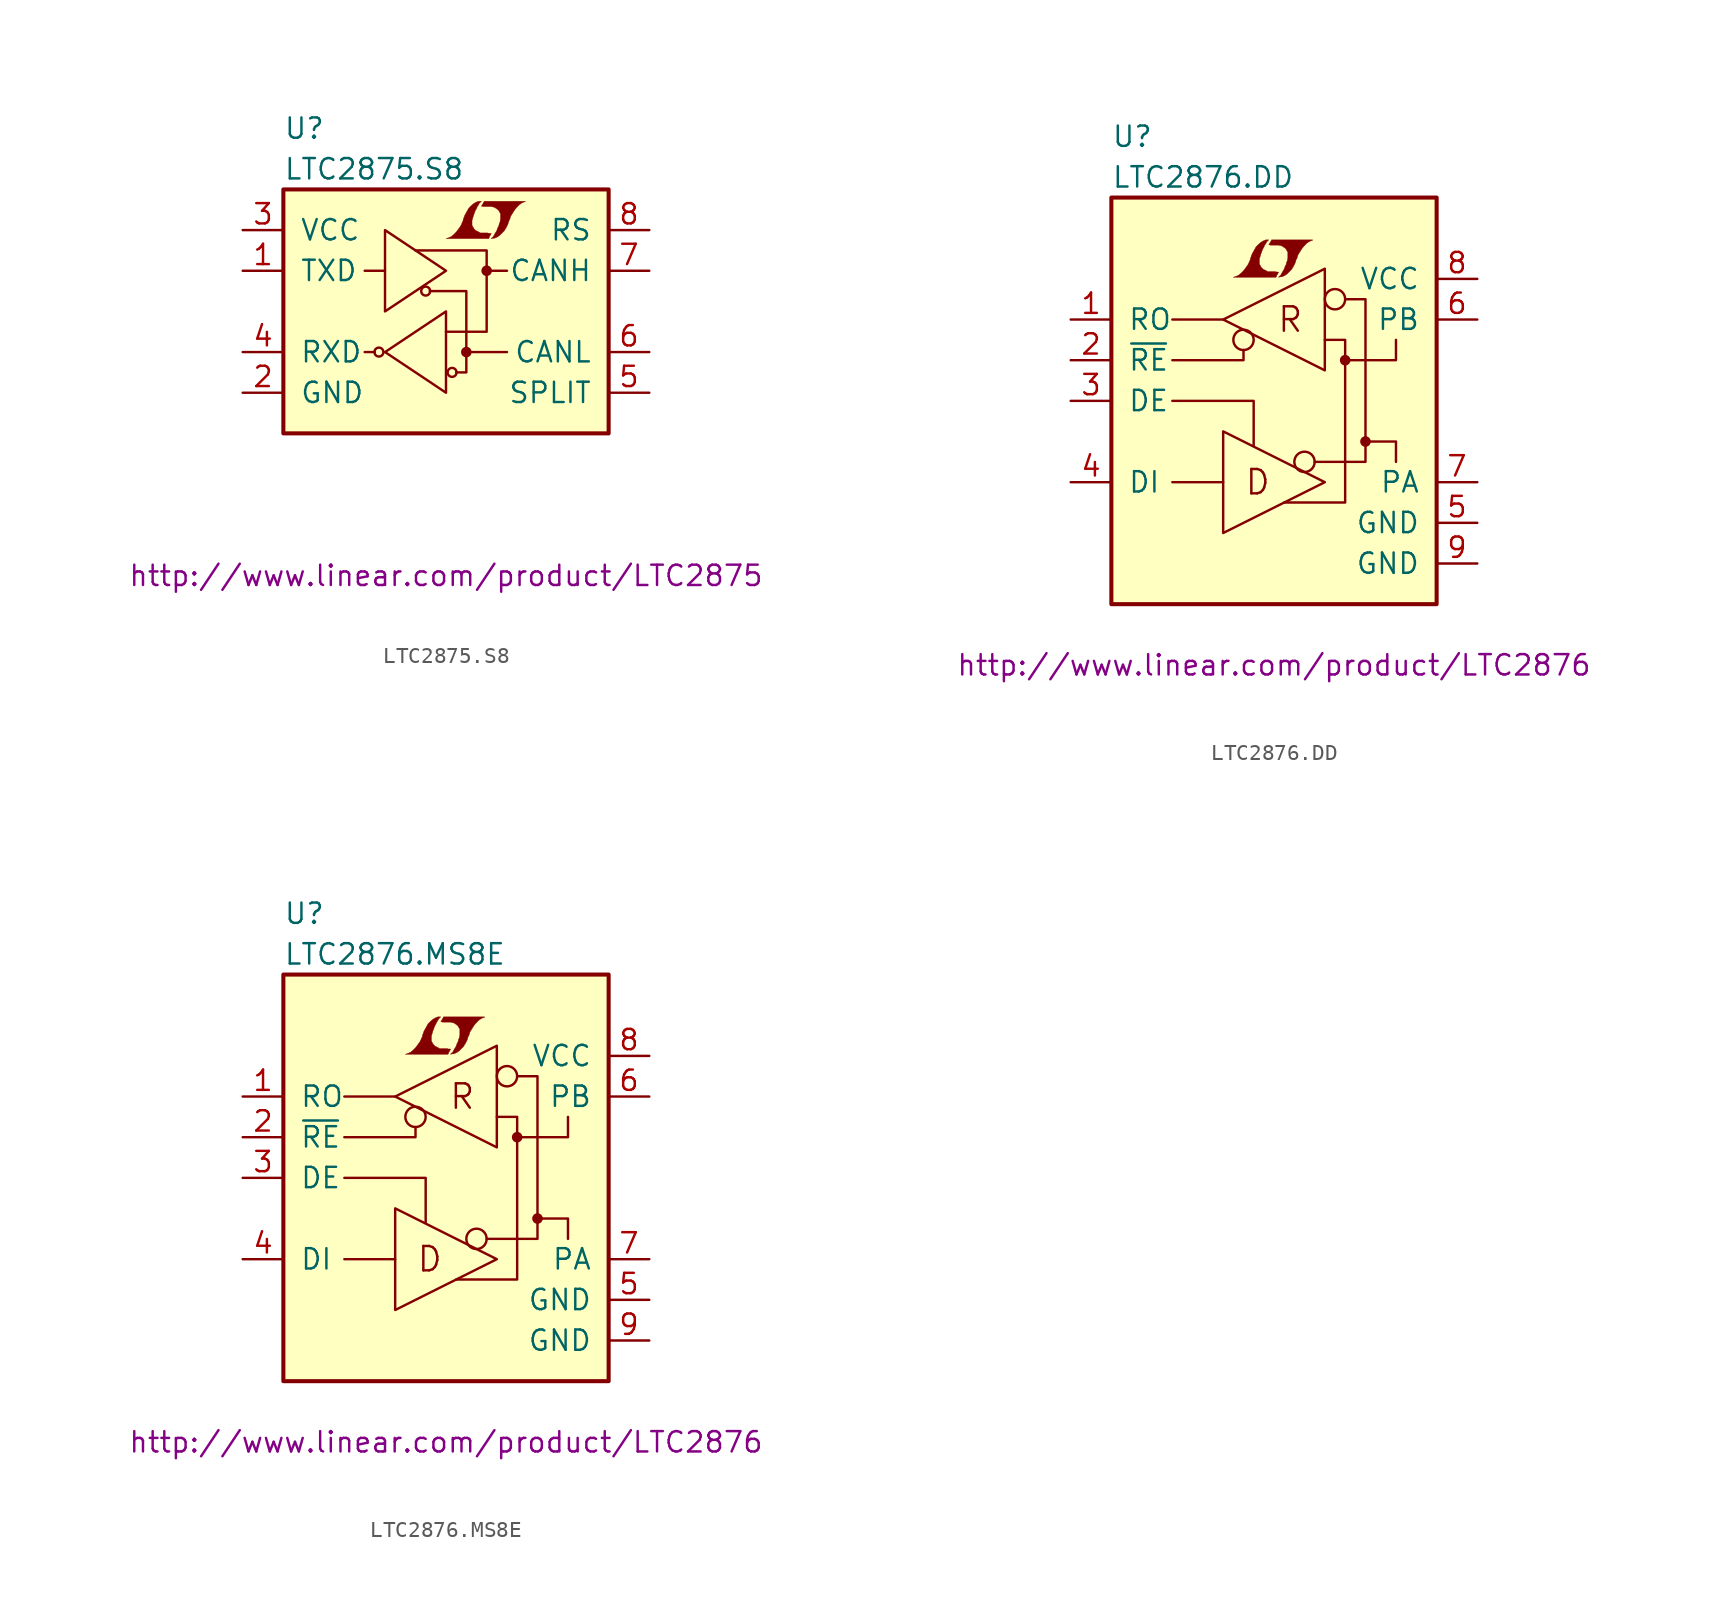
<source format=kicad_sym>
(kicad_symbol_lib
  (version 20201005)
  (generator kicad_symbol_editor)
  (symbol "LTC2875.S8"
    (pin_names
      (offset 1.016))
    (property "Reference" "U"
      (at -10.16 11.43 0)
      (effects (font (size 1.27 1.27)) (justify left)))
    (property "Value" "LTC2875.S8"
      (at -10.16 8.89 0)
      (effects (font (size 1.27 1.27)) (justify left)))
    (property "Datasheet" "http://www.linear.com/product/LTC2875"
      (at 0 -16.51 0)
      (effects (font (size 1.27 1.27))))
    (symbol "LTC2875.S8_0_0"
      (polyline (pts (xy 2.743 4.724) (xy 2.769 4.75) (xy 2.819 4.851) (xy 2.819 4.877) (xy 2.692 4.877) (xy 2.591 4.902) (xy 2.134 4.902) (xy 2.108 4.928) (xy 1.854 5.055) (xy 1.753 5.156) (xy 1.676 5.283) (xy 1.626 5.385) (xy 1.626 5.69) (xy 1.676 5.842) (xy 1.702 5.944) (xy 1.727 6.02) (xy 1.778 6.147) (xy 1.829 6.299) (xy 1.905 6.426) (xy 1.956 6.553) (xy 2.032 6.655) (xy 2.083 6.756) (xy 2.21 6.883) (xy 2.032 6.883) (xy 1.905 6.833) (xy 1.803 6.782) (xy 1.727 6.731) (xy 1.6 6.629) (xy 1.422 6.452) (xy 1.168 5.994) (xy 1.067 5.715) (xy 1.067 5.664) (xy 1.016 5.563) (xy 0.965 5.436) (xy 0.914 5.334) (xy 0.787 5.156) (xy 0.635 4.953) (xy 0.483 4.801) (xy 0.33 4.674) (xy 0.152 4.597) (xy 0 4.547) (xy 2.667 4.547) (xy 2.743 4.724)) (stroke (width 0.025)) (fill (type outline)))
      (polyline (pts (xy 2.946 4.572) (xy 3.023 4.572) (xy 3.2 4.648) (xy 3.353 4.75) (xy 3.632 5.029) (xy 3.759 5.232) (xy 3.861 5.436) (xy 3.937 5.69) (xy 3.962 5.69) (xy 4.039 5.944) (xy 4.293 6.35) (xy 4.445 6.528) (xy 4.597 6.68) (xy 4.75 6.782) (xy 4.928 6.858) (xy 4.953 6.858) (xy 4.953 6.883) (xy 2.388 6.883) (xy 2.311 6.731) (xy 2.286 6.706) (xy 2.235 6.604) (xy 2.21 6.579) (xy 2.261 6.579) (xy 2.311 6.553) (xy 2.845 6.553) (xy 2.896 6.528) (xy 2.946 6.528) (xy 3.023 6.502) (xy 3.15 6.426) (xy 3.277 6.325) (xy 3.353 6.198) (xy 3.378 6.147) (xy 3.404 6.121) (xy 3.404 5.715) (xy 3.378 5.664) (xy 3.378 5.588) (xy 3.327 5.486) (xy 3.302 5.359) (xy 3.226 5.207) (xy 3.175 5.055) (xy 3.023 4.801) (xy 2.972 4.699) (xy 2.819 4.547) (xy 2.946 4.572)) (stroke (width 0.025)) (fill (type outline))))
    (symbol "LTC2875.S8_0_1"
      (circle (center -4.191 -2.54) (radius 0.279) (stroke (width 0)) (fill (type none)))
      (circle (center -1.27 1.27) (radius 0.279) (stroke (width 0)) (fill (type none)))
      (circle (center 0.381 -3.81) (radius 0.279) (stroke (width 0)) (fill (type none)))
      (circle (center 1.27 -2.54) (radius 0.254) (stroke (width 0)) (fill (type outline)))
      (circle (center 2.54 2.54) (radius 0.254) (stroke (width 0)) (fill (type outline)))
      (rectangle (start -10.16 7.62) (end 10.16 -7.62) (stroke (width 0.254)) (fill (type background)))
      (polyline (pts (xy -5.08 -2.54) (xy -4.445 -2.54)) (stroke (width 0)) (fill (type none)))
      (polyline (pts (xy -5.08 2.54) (xy -3.81 2.54)) (stroke (width 0)) (fill (type none)))
      (polyline (pts (xy 3.81 -2.54) (xy 1.27 -2.54)) (stroke (width 0)) (fill (type none)))
      (polyline (pts (xy 3.81 2.54) (xy 2.54 2.54)) (stroke (width 0)) (fill (type none)))
      (polyline (pts (xy -3.81 -2.54) (xy 0 -5.08) (xy 0 0) (xy -3.81 -2.54)) (stroke (width 0)) (fill (type none)))
      (polyline (pts (xy -3.81 5.08) (xy -3.81 0) (xy 0 2.54) (xy -3.81 5.08)) (stroke (width 0)) (fill (type none)))
      (polyline (pts (xy -1.905 3.81) (xy 2.54 3.81) (xy 2.54 -1.27) (xy 0 -1.27)) (stroke (width 0)) (fill (type none)))
      (polyline (pts (xy -1.016 1.27) (xy 1.27 1.27) (xy 1.27 -3.81) (xy 0.635 -3.81)) (stroke (width 0)) (fill (type none))))
    (symbol "LTC2875.S8_1_1"
      (pin input line (at -12.7 2.54 0) (length 2.54) (name "TXD" (effects (font (size 1.27 1.27)))) (number "1" (effects (font (size 1.27 1.27)))))
      (pin power_in line (at -12.7 -5.08 0) (length 2.54) (name "GND" (effects (font (size 1.27 1.27)))) (number "2" (effects (font (size 1.27 1.27)))))
      (pin power_in line (at -12.7 5.08 0) (length 2.54) (name "VCC" (effects (font (size 1.27 1.27)))) (number "3" (effects (font (size 1.27 1.27)))))
      (pin output line (at -12.7 -2.54 0) (length 2.54) (name "RXD" (effects (font (size 1.27 1.27)))) (number "4" (effects (font (size 1.27 1.27)))))
      (pin power_in line (at 12.7 -5.08 180) (length 2.54) (name "SPLIT" (effects (font (size 1.27 1.27)))) (number "5" (effects (font (size 1.27 1.27)))))
      (pin bidirectional line (at 12.7 -2.54 180) (length 2.54) (name "CANL" (effects (font (size 1.27 1.27)))) (number "6" (effects (font (size 1.27 1.27)))))
      (pin bidirectional line (at 12.7 2.54 180) (length 2.54) (name "CANH" (effects (font (size 1.27 1.27)))) (number "7" (effects (font (size 1.27 1.27)))))
      (pin input line (at 12.7 5.08 180) (length 2.54) (name "RS" (effects (font (size 1.27 1.27)))) (number "8" (effects (font (size 1.27 1.27)))))))
  (symbol "LTC2876.DD"
    (pin_names
      (offset 1.016))
    (property "Reference" "U"
      (at -10.16 16.51 0)
      (effects (font (size 1.27 1.27)) (justify left)))
    (property "Value" "LTC2876.DD"
      (at -10.16 13.97 0)
      (effects (font (size 1.27 1.27)) (justify left)))
    (property "Datasheet" "http://www.linear.com/product/LTC2876"
      (at 0 -16.51 0)
      (effects (font (size 1.27 1.27))))
    (symbol "LTC2876.DD_0_0"
      (text "D" (at -1.016 -5.08 0) (effects (font (size 1.524 1.524))))
      (text "R" (at 1.016 5.08 0) (effects (font (size 1.524 1.524))))
      (polyline (pts (xy 0.203 7.899) (xy 0.229 7.925) (xy 0.279 8.026) (xy 0.279 8.052) (xy 0.152 8.052) (xy 0.051 8.077) (xy -0.406 8.077) (xy -0.432 8.103) (xy -0.686 8.23) (xy -0.787 8.331) (xy -0.864 8.458) (xy -0.914 8.56) (xy -0.914 8.865) (xy -0.864 9.017) (xy -0.838 9.119) (xy -0.813 9.195) (xy -0.762 9.322) (xy -0.711 9.474) (xy -0.635 9.601) (xy -0.584 9.728) (xy -0.508 9.83) (xy -0.457 9.931) (xy -0.33 10.058) (xy -0.508 10.058) (xy -0.635 10.008) (xy -0.737 9.957) (xy -0.813 9.906) (xy -0.94 9.804) (xy -1.118 9.627) (xy -1.372 9.169) (xy -1.473 8.89) (xy -1.473 8.839) (xy -1.524 8.738) (xy -1.575 8.611) (xy -1.626 8.509) (xy -1.753 8.331) (xy -1.905 8.128) (xy -2.057 7.976) (xy -2.21 7.849) (xy -2.388 7.772) (xy -2.54 7.722) (xy 0.127 7.722) (xy 0.203 7.899)) (stroke (width 0.025)) (fill (type outline)))
      (polyline (pts (xy 0.406 7.747) (xy 0.483 7.747) (xy 0.66 7.823) (xy 0.813 7.925) (xy 1.092 8.204) (xy 1.219 8.407) (xy 1.321 8.611) (xy 1.397 8.865) (xy 1.422 8.865) (xy 1.499 9.119) (xy 1.753 9.525) (xy 1.905 9.703) (xy 2.057 9.855) (xy 2.21 9.957) (xy 2.388 10.033) (xy 2.413 10.033) (xy 2.413 10.058) (xy -0.152 10.058) (xy -0.229 9.906) (xy -0.254 9.881) (xy -0.305 9.779) (xy -0.33 9.754) (xy -0.279 9.754) (xy -0.229 9.728) (xy 0.305 9.728) (xy 0.356 9.703) (xy 0.406 9.703) (xy 0.483 9.677) (xy 0.61 9.601) (xy 0.737 9.5) (xy 0.813 9.373) (xy 0.838 9.322) (xy 0.864 9.296) (xy 0.864 8.89) (xy 0.838 8.839) (xy 0.838 8.763) (xy 0.787 8.661) (xy 0.762 8.534) (xy 0.686 8.382) (xy 0.635 8.23) (xy 0.483 7.976) (xy 0.432 7.874) (xy 0.279 7.722) (xy 0.406 7.747)) (stroke (width 0.025)) (fill (type outline))))
    (symbol "LTC2876.DD_0_1"
      (circle (center -1.905 3.81) (radius 0.635) (stroke (width 0)) (fill (type none)))
      (circle (center 1.905 -3.81) (radius 0.635) (stroke (width 0)) (fill (type none)))
      (circle (center 3.81 6.35) (radius 0.635) (stroke (width 0)) (fill (type none)))
      (circle (center 4.445 2.54) (radius 0.254) (stroke (width 0)) (fill (type outline)))
      (circle (center 5.715 -2.54) (radius 0.254) (stroke (width 0)) (fill (type outline)))
      (rectangle (start -10.16 12.7) (end 10.16 -12.7) (stroke (width 0.254)) (fill (type background)))
      (polyline (pts (xy -3.175 -5.08) (xy -6.35 -5.08)) (stroke (width 0)) (fill (type none)))
      (polyline (pts (xy -3.175 5.08) (xy -6.35 5.08)) (stroke (width 0)) (fill (type none)))
      (polyline (pts (xy -6.35 0) (xy -1.27 0) (xy -1.27 -2.794)) (stroke (width 0)) (fill (type none)))
      (polyline (pts (xy -1.905 3.175) (xy -1.905 2.54) (xy -6.35 2.54)) (stroke (width 0)) (fill (type none)))
      (polyline (pts (xy 4.445 2.54) (xy 7.62 2.54) (xy 7.62 3.81)) (stroke (width 0)) (fill (type none)))
      (polyline (pts (xy 5.715 -2.54) (xy 7.62 -2.54) (xy 7.62 -3.81)) (stroke (width 0)) (fill (type none)))
      (polyline (pts (xy -3.175 -1.905) (xy -3.175 -8.255) (xy 3.175 -5.08) (xy -3.175 -1.905)) (stroke (width 0)) (fill (type none)))
      (polyline (pts (xy -3.175 5.08) (xy 3.175 1.905) (xy 3.175 8.255) (xy -3.175 5.08)) (stroke (width 0)) (fill (type none)))
      (polyline (pts (xy 0.635 -6.35) (xy 4.445 -6.35) (xy 4.445 3.81) (xy 3.175 3.81)) (stroke (width 0)) (fill (type none)))
      (polyline (pts (xy 4.445 6.35) (xy 5.715 6.35) (xy 5.715 -1.27) (xy 5.715 -3.81) (xy 2.54 -3.81)) (stroke (width 0)) (fill (type none))))
    (symbol "LTC2876.DD_1_1"
      (pin tri_state line (at -12.7 5.08 0) (length 2.54) (name "RO" (effects (font (size 1.27 1.27)))) (number "1" (effects (font (size 1.27 1.27)))))
      (pin input line (at -12.7 2.54 0) (length 2.54) (name "~RE~" (effects (font (size 1.27 1.27)))) (number "2" (effects (font (size 1.27 1.27)))))
      (pin input line (at -12.7 0 0) (length 2.54) (name "DE" (effects (font (size 1.27 1.27)))) (number "3" (effects (font (size 1.27 1.27)))))
      (pin passive line (at -12.7 -5.08 0) (length 2.54) (name "DI" (effects (font (size 1.27 1.27)))) (number "4" (effects (font (size 1.27 1.27)))))
      (pin power_in line (at 12.7 -7.62 180) (length 2.54) (name "GND" (effects (font (size 1.27 1.27)))) (number "5" (effects (font (size 1.27 1.27)))))
      (pin passive line (at 12.7 5.08 180) (length 2.54) (name "PB" (effects (font (size 1.27 1.27)))) (number "6" (effects (font (size 1.27 1.27)))))
      (pin passive line (at 12.7 -5.08 180) (length 2.54) (name "PA" (effects (font (size 1.27 1.27)))) (number "7" (effects (font (size 1.27 1.27)))))
      (pin power_in line (at 12.7 7.62 180) (length 2.54) (name "VCC" (effects (font (size 1.27 1.27)))) (number "8" (effects (font (size 1.27 1.27)))))
      (pin power_in line (at 12.7 -10.16 180) (length 2.54) (name "GND" (effects (font (size 1.27 1.27)))) (number "9" (effects (font (size 1.27 1.27)))))))
  (symbol "LTC2876.MS8E"
    (pin_names
      (offset 1.016))
    (property "Reference" "U"
      (at -10.16 16.51 0)
      (effects (font (size 1.27 1.27)) (justify left)))
    (property "Value" "LTC2876.MS8E"
      (at -10.16 13.97 0)
      (effects (font (size 1.27 1.27)) (justify left)))
    (property "Datasheet" "http://www.linear.com/product/LTC2876"
      (at 0 -16.51 0)
      (effects (font (size 1.27 1.27))))
    (symbol "LTC2876.MS8E_0_0"
      (text "D" (at -1.016 -5.08 0) (effects (font (size 1.524 1.524))))
      (text "R" (at 1.016 5.08 0) (effects (font (size 1.524 1.524))))
      (polyline (pts (xy 0.203 7.899) (xy 0.229 7.925) (xy 0.279 8.026) (xy 0.279 8.052) (xy 0.152 8.052) (xy 0.051 8.077) (xy -0.406 8.077) (xy -0.432 8.103) (xy -0.686 8.23) (xy -0.787 8.331) (xy -0.864 8.458) (xy -0.914 8.56) (xy -0.914 8.865) (xy -0.864 9.017) (xy -0.838 9.119) (xy -0.813 9.195) (xy -0.762 9.322) (xy -0.711 9.474) (xy -0.635 9.601) (xy -0.584 9.728) (xy -0.508 9.83) (xy -0.457 9.931) (xy -0.33 10.058) (xy -0.508 10.058) (xy -0.635 10.008) (xy -0.737 9.957) (xy -0.813 9.906) (xy -0.94 9.804) (xy -1.118 9.627) (xy -1.372 9.169) (xy -1.473 8.89) (xy -1.473 8.839) (xy -1.524 8.738) (xy -1.575 8.611) (xy -1.626 8.509) (xy -1.753 8.331) (xy -1.905 8.128) (xy -2.057 7.976) (xy -2.21 7.849) (xy -2.388 7.772) (xy -2.54 7.722) (xy 0.127 7.722) (xy 0.203 7.899)) (stroke (width 0.025)) (fill (type outline)))
      (polyline (pts (xy 0.406 7.747) (xy 0.483 7.747) (xy 0.66 7.823) (xy 0.813 7.925) (xy 1.092 8.204) (xy 1.219 8.407) (xy 1.321 8.611) (xy 1.397 8.865) (xy 1.422 8.865) (xy 1.499 9.119) (xy 1.753 9.525) (xy 1.905 9.703) (xy 2.057 9.855) (xy 2.21 9.957) (xy 2.388 10.033) (xy 2.413 10.033) (xy 2.413 10.058) (xy -0.152 10.058) (xy -0.229 9.906) (xy -0.254 9.881) (xy -0.305 9.779) (xy -0.33 9.754) (xy -0.279 9.754) (xy -0.229 9.728) (xy 0.305 9.728) (xy 0.356 9.703) (xy 0.406 9.703) (xy 0.483 9.677) (xy 0.61 9.601) (xy 0.737 9.5) (xy 0.813 9.373) (xy 0.838 9.322) (xy 0.864 9.296) (xy 0.864 8.89) (xy 0.838 8.839) (xy 0.838 8.763) (xy 0.787 8.661) (xy 0.762 8.534) (xy 0.686 8.382) (xy 0.635 8.23) (xy 0.483 7.976) (xy 0.432 7.874) (xy 0.279 7.722) (xy 0.406 7.747)) (stroke (width 0.025)) (fill (type outline))))
    (symbol "LTC2876.MS8E_0_1"
      (circle (center -1.905 3.81) (radius 0.635) (stroke (width 0)) (fill (type none)))
      (circle (center 1.905 -3.81) (radius 0.635) (stroke (width 0)) (fill (type none)))
      (circle (center 3.81 6.35) (radius 0.635) (stroke (width 0)) (fill (type none)))
      (circle (center 4.445 2.54) (radius 0.254) (stroke (width 0)) (fill (type outline)))
      (circle (center 5.715 -2.54) (radius 0.254) (stroke (width 0)) (fill (type outline)))
      (rectangle (start -10.16 12.7) (end 10.16 -12.7) (stroke (width 0.254)) (fill (type background)))
      (polyline (pts (xy -3.175 -5.08) (xy -6.35 -5.08)) (stroke (width 0)) (fill (type none)))
      (polyline (pts (xy -3.175 5.08) (xy -6.35 5.08)) (stroke (width 0)) (fill (type none)))
      (polyline (pts (xy -6.35 0) (xy -1.27 0) (xy -1.27 -2.794)) (stroke (width 0)) (fill (type none)))
      (polyline (pts (xy -1.905 3.175) (xy -1.905 2.54) (xy -6.35 2.54)) (stroke (width 0)) (fill (type none)))
      (polyline (pts (xy 4.445 2.54) (xy 7.62 2.54) (xy 7.62 3.81)) (stroke (width 0)) (fill (type none)))
      (polyline (pts (xy 5.715 -2.54) (xy 7.62 -2.54) (xy 7.62 -3.81)) (stroke (width 0)) (fill (type none)))
      (polyline (pts (xy -3.175 -1.905) (xy -3.175 -8.255) (xy 3.175 -5.08) (xy -3.175 -1.905)) (stroke (width 0)) (fill (type none)))
      (polyline (pts (xy -3.175 5.08) (xy 3.175 1.905) (xy 3.175 8.255) (xy -3.175 5.08)) (stroke (width 0)) (fill (type none)))
      (polyline (pts (xy 0.635 -6.35) (xy 4.445 -6.35) (xy 4.445 3.81) (xy 3.175 3.81)) (stroke (width 0)) (fill (type none)))
      (polyline (pts (xy 4.445 6.35) (xy 5.715 6.35) (xy 5.715 -1.27) (xy 5.715 -3.81) (xy 2.54 -3.81)) (stroke (width 0)) (fill (type none))))
    (symbol "LTC2876.MS8E_1_1"
      (pin tri_state line (at -12.7 5.08 0) (length 2.54) (name "RO" (effects (font (size 1.27 1.27)))) (number "1" (effects (font (size 1.27 1.27)))))
      (pin input line (at -12.7 2.54 0) (length 2.54) (name "~RE~" (effects (font (size 1.27 1.27)))) (number "2" (effects (font (size 1.27 1.27)))))
      (pin input line (at -12.7 0 0) (length 2.54) (name "DE" (effects (font (size 1.27 1.27)))) (number "3" (effects (font (size 1.27 1.27)))))
      (pin passive line (at -12.7 -5.08 0) (length 2.54) (name "DI" (effects (font (size 1.27 1.27)))) (number "4" (effects (font (size 1.27 1.27)))))
      (pin power_in line (at 12.7 -7.62 180) (length 2.54) (name "GND" (effects (font (size 1.27 1.27)))) (number "5" (effects (font (size 1.27 1.27)))))
      (pin passive line (at 12.7 5.08 180) (length 2.54) (name "PB" (effects (font (size 1.27 1.27)))) (number "6" (effects (font (size 1.27 1.27)))))
      (pin passive line (at 12.7 -5.08 180) (length 2.54) (name "PA" (effects (font (size 1.27 1.27)))) (number "7" (effects (font (size 1.27 1.27)))))
      (pin power_in line (at 12.7 7.62 180) (length 2.54) (name "VCC" (effects (font (size 1.27 1.27)))) (number "8" (effects (font (size 1.27 1.27)))))
      (pin power_in line (at 12.7 -10.16 180) (length 2.54) (name "GND" (effects (font (size 1.27 1.27)))) (number "9" (effects (font (size 1.27 1.27))))))))
</source>
